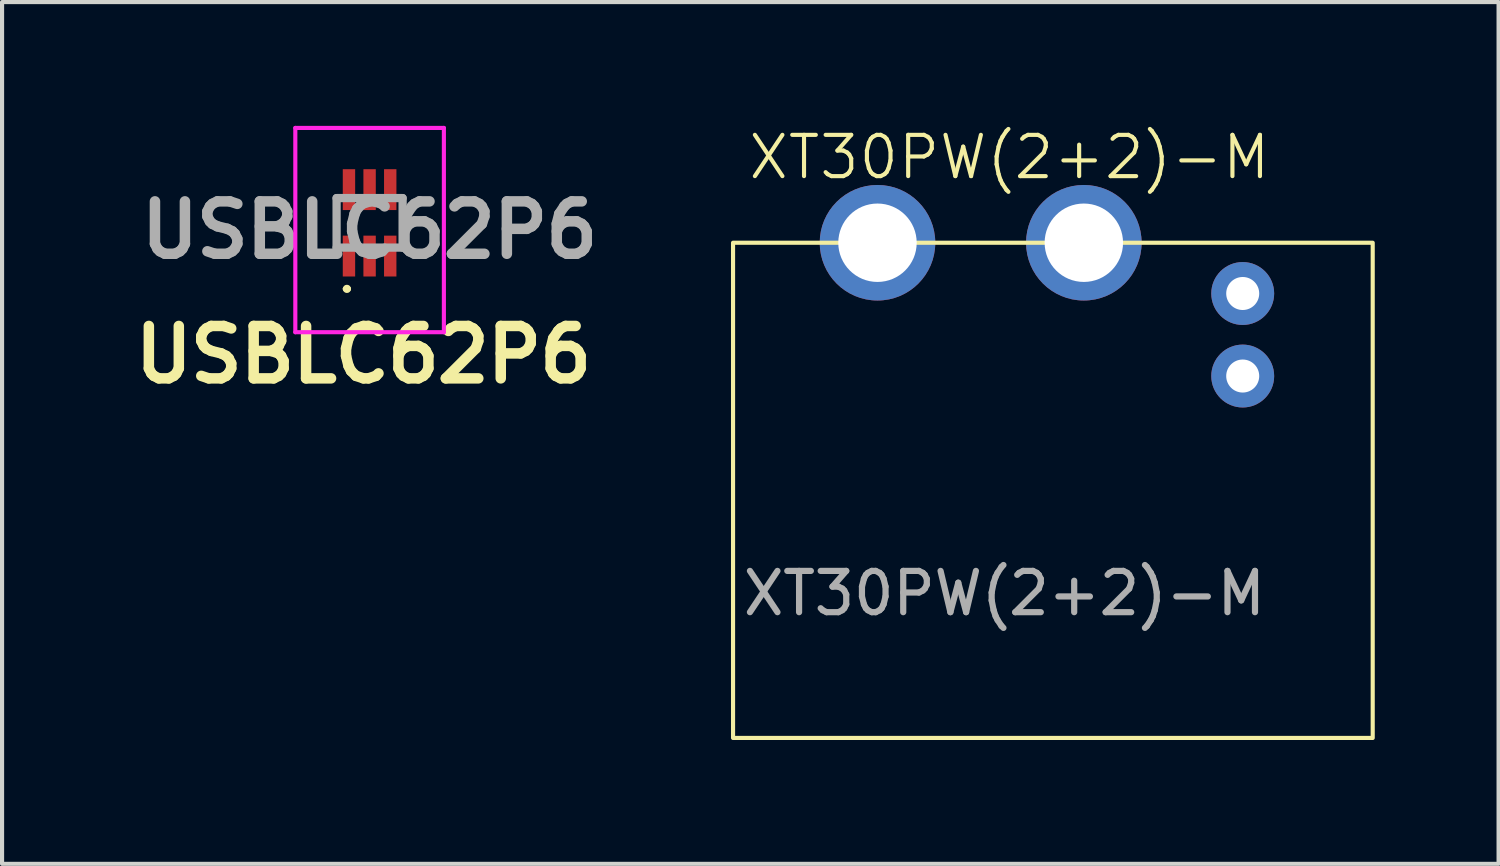
<source format=kicad_pcb>
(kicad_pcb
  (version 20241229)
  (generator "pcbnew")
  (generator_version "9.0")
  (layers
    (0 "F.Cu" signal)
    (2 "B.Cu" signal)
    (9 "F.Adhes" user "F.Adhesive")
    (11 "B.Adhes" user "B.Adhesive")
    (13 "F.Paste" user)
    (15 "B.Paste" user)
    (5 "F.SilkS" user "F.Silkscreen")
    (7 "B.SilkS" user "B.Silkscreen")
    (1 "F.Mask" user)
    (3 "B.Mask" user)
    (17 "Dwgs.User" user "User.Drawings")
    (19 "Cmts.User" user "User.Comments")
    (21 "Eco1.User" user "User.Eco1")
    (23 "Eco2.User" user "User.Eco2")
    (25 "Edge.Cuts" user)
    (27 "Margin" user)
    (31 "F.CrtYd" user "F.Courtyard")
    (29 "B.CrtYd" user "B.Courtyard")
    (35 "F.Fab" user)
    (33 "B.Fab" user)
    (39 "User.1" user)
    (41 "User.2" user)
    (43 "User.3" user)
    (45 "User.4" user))
  (footprint "USBLC62P6"
    (layer "F.Cu")
    (at 5.906 2.35)
    (property "Reference" "USBLC62P6" (at -0.148 3.194 0) (layer "F.SilkS") (effects (font (size 1.27 1.27) (thickness 0.254))))
    (attr smd)
    (fp_line (start -0.6 1.6) (end -0.6 1.6) (stroke (width 0.1) (type solid)) (layer "F.SilkS"))
    (fp_line (start -0.5 1.6) (end -0.5 1.6) (stroke (width 0.1) (type solid)) (layer "F.SilkS"))
    (fp_arc (start -0.6 1.6) (mid -0.55 1.55) (end -0.5 1.6) (stroke (width 0.1) (type solid)) (layer "F.SilkS"))
    (fp_arc (start -0.5 1.6) (mid -0.55 1.65) (end -0.6 1.6) (stroke (width 0.1) (type solid)) (layer "F.SilkS"))
    (fp_line (start -1.8 -2.3) (end 1.8 -2.3) (stroke (width 0.1) (type solid)) (layer "F.CrtYd"))
    (fp_line (start -1.8 2.65) (end -1.8 -2.3) (stroke (width 0.1) (type solid)) (layer "F.CrtYd"))
    (fp_line (start 1.8 -2.3) (end 1.8 2.65) (stroke (width 0.1) (type solid)) (layer "F.CrtYd"))
    (fp_line (start 1.8 2.65) (end -1.8 2.65) (stroke (width 0.1) (type solid)) (layer "F.CrtYd"))
    (fp_line (start -0.8 -0.6) (end 0.8 -0.6) (stroke (width 0.2) (type solid)) (layer "F.Fab"))
    (fp_line (start -0.8 0.6) (end -0.8 -0.6) (stroke (width 0.2) (type solid)) (layer "F.Fab"))
    (fp_line (start 0.8 -0.6) (end 0.8 0.6) (stroke (width 0.2) (type solid)) (layer "F.Fab"))
    (fp_line (start 0.8 0.6) (end -0.8 0.6) (stroke (width 0.2) (type solid)) (layer "F.Fab"))
    (fp_text user "${REFERENCE}" (at 0 0.175 0) (layer "F.Fab") (effects (font (size 1.27 1.27) (thickness 0.254))))
    (pad "1" smd rect (at -0.5 0.805) (size 0.3 0.99) (layers "F.Cu" "F.Mask" "F.Paste"))
    (pad "2" smd rect (at 0 0.805) (size 0.3 0.99) (layers "F.Cu" "F.Mask" "F.Paste"))
    (pad "3" smd rect (at 0.5 0.805) (size 0.3 0.99) (layers "F.Cu" "F.Mask" "F.Paste"))
    (pad "4" smd rect (at 0.5 -0.805) (size 0.3 0.99) (layers "F.Cu" "F.Mask" "F.Paste"))
    (pad "5" smd rect (at 0 -0.805) (size 0.3 0.99) (layers "F.Cu" "F.Mask" "F.Paste"))
    (pad "6" smd rect (at -0.5 -0.805) (size 0.3 0.99) (layers "F.Cu" "F.Mask" "F.Paste")))
  (footprint "XT30PW(2+2)-M"
    (layer "F.Cu")
    (at 18.213 2.832)
    (property "Reference" "XT30PW(2+2)-M" (at 3.196 -2.072 0) (unlocked yes) (layer "F.SilkS") (effects (font (size 1 1) (thickness 0.1))))
    (attr through_hole)
    (fp_rect (start -3.5 0) (end 12 12) (stroke (width 0.1) (type default)) (fill no) (layer "F.SilkS"))
    (fp_text user "${REFERENCE}" (at 3.076 8.497 0) (unlocked yes) (layer "F.Fab") (effects (font (size 1 1) (thickness 0.15))))
    (pad "1" thru_hole circle (at 0 0) (size 2.8 2.8) (drill 1.9) (layers "*.Cu" "*.Mask"))
    (pad "2" thru_hole circle (at 5 0) (size 2.8 2.8) (drill 1.9) (layers "*.Cu" "*.Mask"))
    (pad "3" thru_hole circle (at 8.85 1.23) (size 1.524 1.524) (drill 0.8) (layers "*.Cu" "*.Mask"))
    (pad "4" thru_hole circle (at 8.85 3.23) (size 1.524 1.524) (drill 0.8) (layers "*.Cu" "*.Mask")))
  (gr_rect
    (start -3 -3)
    (end 33.263 17.882)
    (stroke (width 0.1) (type default))
    (fill no)
    (layer "Edge.Cuts")))
</source>
